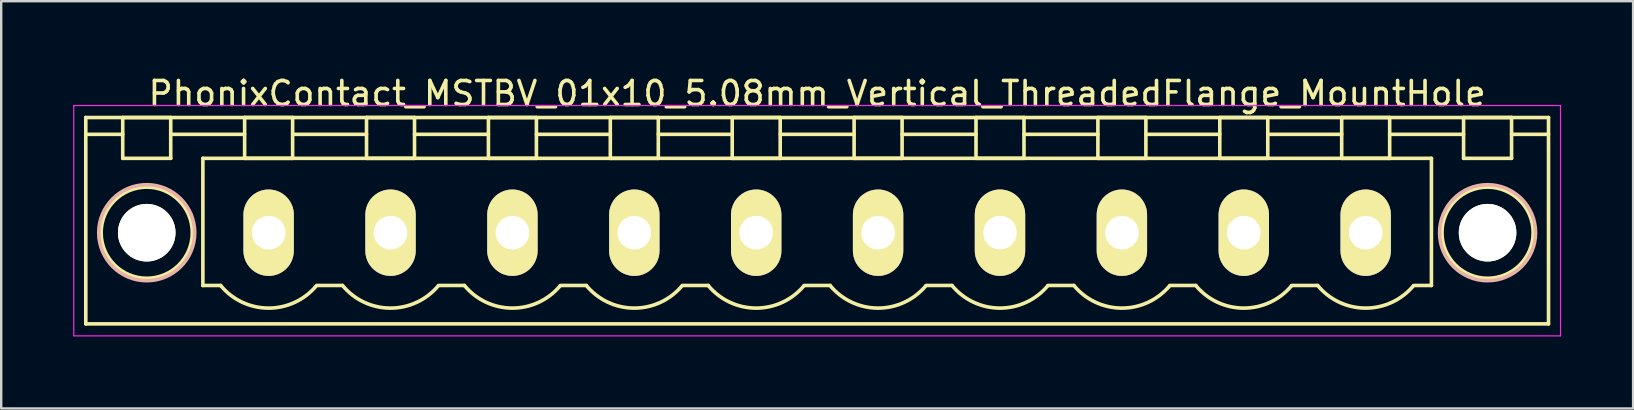
<source format=kicad_pcb>
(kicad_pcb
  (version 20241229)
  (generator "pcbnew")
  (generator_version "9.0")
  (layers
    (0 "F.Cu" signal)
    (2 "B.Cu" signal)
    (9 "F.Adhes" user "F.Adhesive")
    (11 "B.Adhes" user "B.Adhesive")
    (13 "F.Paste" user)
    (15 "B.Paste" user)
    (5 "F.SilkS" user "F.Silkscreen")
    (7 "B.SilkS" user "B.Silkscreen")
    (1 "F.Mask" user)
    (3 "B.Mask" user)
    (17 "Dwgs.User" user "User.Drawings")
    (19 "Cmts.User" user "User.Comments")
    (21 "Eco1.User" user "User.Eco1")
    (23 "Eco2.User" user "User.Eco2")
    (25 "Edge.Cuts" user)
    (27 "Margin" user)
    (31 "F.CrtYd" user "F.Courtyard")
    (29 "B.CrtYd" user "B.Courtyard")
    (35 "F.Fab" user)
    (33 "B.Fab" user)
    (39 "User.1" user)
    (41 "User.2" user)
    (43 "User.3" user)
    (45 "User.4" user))
  (footprint "PhonixContact_MSTBV_01x10_5.08mm_Vertical_ThreadedFlange_MountHole"
    (layer "F.Cu")
    (at 8.145 6.648)
    (property "Reference" "PhonixContact_MSTBV_01x10_5.08mm_Vertical_ThreadedFlange_MountHole" (at 22.86 -5.8 0) (layer "F.SilkS") (effects (font (size 1 1) (thickness 0.15))))
    (attr through_hole)
    (fp_line (start -7.62 -4.8) (end -7.62 3.8) (stroke (width 0.15) (type solid)) (layer "F.SilkS"))
    (fp_line (start -7.62 -4.1) (end -6.08 -4.1) (stroke (width 0.15) (type solid)) (layer "F.SilkS"))
    (fp_line (start -7.62 3.8) (end 53.34 3.8) (stroke (width 0.15) (type solid)) (layer "F.SilkS"))
    (fp_line (start -6.08 -4.8) (end -4.08 -4.8) (stroke (width 0.15) (type solid)) (layer "F.SilkS"))
    (fp_line (start -6.08 -3.1) (end -6.08 -4.8) (stroke (width 0.15) (type solid)) (layer "F.SilkS"))
    (fp_line (start -4.08 -4.8) (end -4.08 -3.1) (stroke (width 0.15) (type solid)) (layer "F.SilkS"))
    (fp_line (start -4.08 -4.1) (end -1 -4.1) (stroke (width 0.15) (type solid)) (layer "F.SilkS"))
    (fp_line (start -4.08 -3.1) (end -6.08 -3.1) (stroke (width 0.15) (type solid)) (layer "F.SilkS"))
    (fp_line (start -2.74 -3.1) (end 48.46 -3.1) (stroke (width 0.15) (type solid)) (layer "F.SilkS"))
    (fp_line (start -2.74 2.2) (end -2.74 -3.1) (stroke (width 0.15) (type solid)) (layer "F.SilkS"))
    (fp_line (start -2 2.2) (end -2.74 2.2) (stroke (width 0.15) (type solid)) (layer "F.SilkS"))
    (fp_line (start -1 -4.8) (end 1 -4.8) (stroke (width 0.15) (type solid)) (layer "F.SilkS"))
    (fp_line (start -1 -3.1) (end -1 -4.8) (stroke (width 0.15) (type solid)) (layer "F.SilkS"))
    (fp_line (start 1 -4.8) (end 1 -3.1) (stroke (width 0.15) (type solid)) (layer "F.SilkS"))
    (fp_line (start 1 -4.1) (end 4.08 -4.1) (stroke (width 0.15) (type solid)) (layer "F.SilkS"))
    (fp_line (start 1 -3.1) (end -1 -3.1) (stroke (width 0.15) (type solid)) (layer "F.SilkS"))
    (fp_line (start 2 2.2) (end 3.08 2.2) (stroke (width 0.15) (type solid)) (layer "F.SilkS"))
    (fp_line (start 4.08 -4.8) (end 6.08 -4.8) (stroke (width 0.15) (type solid)) (layer "F.SilkS"))
    (fp_line (start 4.08 -3.1) (end 4.08 -4.8) (stroke (width 0.15) (type solid)) (layer "F.SilkS"))
    (fp_line (start 6.08 -4.8) (end 6.08 -3.1) (stroke (width 0.15) (type solid)) (layer "F.SilkS"))
    (fp_line (start 6.08 -4.1) (end 9.16 -4.1) (stroke (width 0.15) (type solid)) (layer "F.SilkS"))
    (fp_line (start 6.08 -3.1) (end 4.08 -3.1) (stroke (width 0.15) (type solid)) (layer "F.SilkS"))
    (fp_line (start 7.08 2.2) (end 8.16 2.2) (stroke (width 0.15) (type solid)) (layer "F.SilkS"))
    (fp_line (start 9.16 -4.8) (end 11.16 -4.8) (stroke (width 0.15) (type solid)) (layer "F.SilkS"))
    (fp_line (start 9.16 -3.1) (end 9.16 -4.8) (stroke (width 0.15) (type solid)) (layer "F.SilkS"))
    (fp_line (start 11.16 -4.8) (end 11.16 -3.1) (stroke (width 0.15) (type solid)) (layer "F.SilkS"))
    (fp_line (start 11.16 -4.1) (end 14.24 -4.1) (stroke (width 0.15) (type solid)) (layer "F.SilkS"))
    (fp_line (start 11.16 -3.1) (end 9.16 -3.1) (stroke (width 0.15) (type solid)) (layer "F.SilkS"))
    (fp_line (start 12.16 2.2) (end 13.24 2.2) (stroke (width 0.15) (type solid)) (layer "F.SilkS"))
    (fp_line (start 14.24 -4.8) (end 16.24 -4.8) (stroke (width 0.15) (type solid)) (layer "F.SilkS"))
    (fp_line (start 14.24 -3.1) (end 14.24 -4.8) (stroke (width 0.15) (type solid)) (layer "F.SilkS"))
    (fp_line (start 16.24 -4.8) (end 16.24 -3.1) (stroke (width 0.15) (type solid)) (layer "F.SilkS"))
    (fp_line (start 16.24 -4.1) (end 19.32 -4.1) (stroke (width 0.15) (type solid)) (layer "F.SilkS"))
    (fp_line (start 16.24 -3.1) (end 14.24 -3.1) (stroke (width 0.15) (type solid)) (layer "F.SilkS"))
    (fp_line (start 17.24 2.2) (end 18.32 2.2) (stroke (width 0.15) (type solid)) (layer "F.SilkS"))
    (fp_line (start 19.32 -4.8) (end 21.32 -4.8) (stroke (width 0.15) (type solid)) (layer "F.SilkS"))
    (fp_line (start 19.32 -3.1) (end 19.32 -4.8) (stroke (width 0.15) (type solid)) (layer "F.SilkS"))
    (fp_line (start 21.32 -4.8) (end 21.32 -3.1) (stroke (width 0.15) (type solid)) (layer "F.SilkS"))
    (fp_line (start 21.32 -4.1) (end 24.4 -4.1) (stroke (width 0.15) (type solid)) (layer "F.SilkS"))
    (fp_line (start 21.32 -3.1) (end 19.32 -3.1) (stroke (width 0.15) (type solid)) (layer "F.SilkS"))
    (fp_line (start 22.32 2.2) (end 23.4 2.2) (stroke (width 0.15) (type solid)) (layer "F.SilkS"))
    (fp_line (start 24.4 -4.8) (end 26.4 -4.8) (stroke (width 0.15) (type solid)) (layer "F.SilkS"))
    (fp_line (start 24.4 -3.1) (end 24.4 -4.8) (stroke (width 0.15) (type solid)) (layer "F.SilkS"))
    (fp_line (start 26.4 -4.8) (end 26.4 -3.1) (stroke (width 0.15) (type solid)) (layer "F.SilkS"))
    (fp_line (start 26.4 -4.1) (end 29.48 -4.1) (stroke (width 0.15) (type solid)) (layer "F.SilkS"))
    (fp_line (start 26.4 -3.1) (end 24.4 -3.1) (stroke (width 0.15) (type solid)) (layer "F.SilkS"))
    (fp_line (start 27.4 2.2) (end 28.48 2.2) (stroke (width 0.15) (type solid)) (layer "F.SilkS"))
    (fp_line (start 29.48 -4.8) (end 31.48 -4.8) (stroke (width 0.15) (type solid)) (layer "F.SilkS"))
    (fp_line (start 29.48 -3.1) (end 29.48 -4.8) (stroke (width 0.15) (type solid)) (layer "F.SilkS"))
    (fp_line (start 31.48 -4.8) (end 31.48 -3.1) (stroke (width 0.15) (type solid)) (layer "F.SilkS"))
    (fp_line (start 31.48 -4.1) (end 34.56 -4.1) (stroke (width 0.15) (type solid)) (layer "F.SilkS"))
    (fp_line (start 31.48 -3.1) (end 29.48 -3.1) (stroke (width 0.15) (type solid)) (layer "F.SilkS"))
    (fp_line (start 32.48 2.2) (end 33.56 2.2) (stroke (width 0.15) (type solid)) (layer "F.SilkS"))
    (fp_line (start 34.56 -4.8) (end 36.56 -4.8) (stroke (width 0.15) (type solid)) (layer "F.SilkS"))
    (fp_line (start 34.56 -3.1) (end 34.56 -4.8) (stroke (width 0.15) (type solid)) (layer "F.SilkS"))
    (fp_line (start 36.56 -4.8) (end 36.56 -3.1) (stroke (width 0.15) (type solid)) (layer "F.SilkS"))
    (fp_line (start 36.56 -4.1) (end 39.64 -4.1) (stroke (width 0.15) (type solid)) (layer "F.SilkS"))
    (fp_line (start 36.56 -3.1) (end 34.56 -3.1) (stroke (width 0.15) (type solid)) (layer "F.SilkS"))
    (fp_line (start 37.56 2.2) (end 38.64 2.2) (stroke (width 0.15) (type solid)) (layer "F.SilkS"))
    (fp_line (start 39.64 -4.8) (end 41.64 -4.8) (stroke (width 0.15) (type solid)) (layer "F.SilkS"))
    (fp_line (start 39.64 -3.1) (end 39.64 -4.8) (stroke (width 0.15) (type solid)) (layer "F.SilkS"))
    (fp_line (start 41.64 -4.8) (end 41.64 -3.1) (stroke (width 0.15) (type solid)) (layer "F.SilkS"))
    (fp_line (start 41.64 -4.1) (end 44.72 -4.1) (stroke (width 0.15) (type solid)) (layer "F.SilkS"))
    (fp_line (start 41.64 -3.1) (end 39.64 -3.1) (stroke (width 0.15) (type solid)) (layer "F.SilkS"))
    (fp_line (start 42.64 2.2) (end 43.72 2.2) (stroke (width 0.15) (type solid)) (layer "F.SilkS"))
    (fp_line (start 44.72 -4.8) (end 46.72 -4.8) (stroke (width 0.15) (type solid)) (layer "F.SilkS"))
    (fp_line (start 44.72 -3.1) (end 44.72 -4.8) (stroke (width 0.15) (type solid)) (layer "F.SilkS"))
    (fp_line (start 46.72 -4.8) (end 46.72 -3.1) (stroke (width 0.15) (type solid)) (layer "F.SilkS"))
    (fp_line (start 46.72 -4.1) (end 49.8 -4.1) (stroke (width 0.15) (type solid)) (layer "F.SilkS"))
    (fp_line (start 46.72 -3.1) (end 44.72 -3.1) (stroke (width 0.15) (type solid)) (layer "F.SilkS"))
    (fp_line (start 48.46 -3.1) (end 48.46 2.2) (stroke (width 0.15) (type solid)) (layer "F.SilkS"))
    (fp_line (start 48.46 2.2) (end 47.72 2.2) (stroke (width 0.15) (type solid)) (layer "F.SilkS"))
    (fp_line (start 49.8 -4.8) (end 51.8 -4.8) (stroke (width 0.15) (type solid)) (layer "F.SilkS"))
    (fp_line (start 49.8 -3.1) (end 49.8 -4.8) (stroke (width 0.15) (type solid)) (layer "F.SilkS"))
    (fp_line (start 51.8 -4.8) (end 51.8 -3.1) (stroke (width 0.15) (type solid)) (layer "F.SilkS"))
    (fp_line (start 51.8 -3.1) (end 49.8 -3.1) (stroke (width 0.15) (type solid)) (layer "F.SilkS"))
    (fp_line (start 53.34 -4.8) (end -7.62 -4.8) (stroke (width 0.15) (type solid)) (layer "F.SilkS"))
    (fp_line (start 53.34 -4.1) (end 51.8 -4.1) (stroke (width 0.15) (type solid)) (layer "F.SilkS"))
    (fp_line (start 53.34 3.8) (end 53.34 -4.8) (stroke (width 0.15) (type solid)) (layer "F.SilkS"))
    (fp_arc (start 1.986842 2.215821) (mid -0.010289 3.142758) (end -2 2.2) (stroke (width 0.15) (type solid)) (layer "F.SilkS"))
    (fp_arc (start 7.066842 2.215821) (mid 5.069711 3.142758) (end 3.08 2.2) (stroke (width 0.15) (type solid)) (layer "F.SilkS"))
    (fp_arc (start 12.146842 2.215821) (mid 10.149711 3.142758) (end 8.16 2.2) (stroke (width 0.15) (type solid)) (layer "F.SilkS"))
    (fp_arc (start 17.226842 2.215821) (mid 15.229711 3.142758) (end 13.24 2.2) (stroke (width 0.15) (type solid)) (layer "F.SilkS"))
    (fp_arc (start 22.306842 2.215821) (mid 20.309711 3.142758) (end 18.32 2.2) (stroke (width 0.15) (type solid)) (layer "F.SilkS"))
    (fp_arc (start 27.386842 2.215821) (mid 25.389711 3.142758) (end 23.4 2.2) (stroke (width 0.15) (type solid)) (layer "F.SilkS"))
    (fp_arc (start 32.466842 2.215821) (mid 30.469711 3.142758) (end 28.48 2.2) (stroke (width 0.15) (type solid)) (layer "F.SilkS"))
    (fp_arc (start 37.546842 2.215821) (mid 35.549711 3.142758) (end 33.56 2.2) (stroke (width 0.15) (type solid)) (layer "F.SilkS"))
    (fp_arc (start 42.626842 2.215821) (mid 40.629711 3.142758) (end 38.64 2.2) (stroke (width 0.15) (type solid)) (layer "F.SilkS"))
    (fp_arc (start 47.706842 2.215821) (mid 45.709711 3.142758) (end 43.72 2.2) (stroke (width 0.15) (type solid)) (layer "F.SilkS"))
    (fp_circle (center -5.08 0) (end -4.08 0) (stroke (width 0.15) (type solid)) (fill no) (layer "F.SilkS"))
    (fp_circle (center -5.08 0) (end -3.18 0) (stroke (width 0.15) (type solid)) (fill no) (layer "F.SilkS"))
    (fp_circle (center 50.8 0) (end 51.8 0) (stroke (width 0.15) (type solid)) (fill no) (layer "F.SilkS"))
    (fp_circle (center 50.8 0) (end 52.7 0) (stroke (width 0.15) (type solid)) (fill no) (layer "F.SilkS"))
    (fp_circle (center -5.08 0) (end -3.08 0) (stroke (width 0.15) (type solid)) (fill no) (layer "B.SilkS"))
    (fp_circle (center 50.8 0) (end 52.8 0) (stroke (width 0.15) (type solid)) (fill no) (layer "B.SilkS"))
    (fp_line (start -8.12 -5.3) (end -8.12 4.3) (stroke (width 0.05) (type solid)) (layer "F.CrtYd"))
    (fp_line (start -8.12 4.3) (end 53.84 4.3) (stroke (width 0.05) (type solid)) (layer "F.CrtYd"))
    (fp_line (start 53.84 -5.3) (end -8.12 -5.3) (stroke (width 0.05) (type solid)) (layer "F.CrtYd"))
    (fp_line (start 53.84 4.3) (end 53.84 -5.3) (stroke (width 0.05) (type solid)) (layer "F.CrtYd"))
    (pad "" np_thru_hole circle (at -5.08 0) (size 2.4 2.4) (drill 2.4) (layers "*.Cu" "*.Mask" "F.SilkS"))
    (pad "" np_thru_hole circle (at 50.8 0) (size 2.4 2.4) (drill 2.4) (layers "*.Cu" "*.Mask" "F.SilkS"))
    (pad "1" thru_hole oval (at 0 0) (size 2.1 3.6) (drill 1.4) (layers "*.Cu" "*.Mask" "F.SilkS"))
    (pad "2" thru_hole oval (at 5.08 0) (size 2.1 3.6) (drill 1.4) (layers "*.Cu" "*.Mask" "F.SilkS"))
    (pad "3" thru_hole oval (at 10.16 0) (size 2.1 3.6) (drill 1.4) (layers "*.Cu" "*.Mask" "F.SilkS"))
    (pad "4" thru_hole oval (at 15.24 0) (size 2.1 3.6) (drill 1.4) (layers "*.Cu" "*.Mask" "F.SilkS"))
    (pad "5" thru_hole oval (at 20.32 0) (size 2.1 3.6) (drill 1.4) (layers "*.Cu" "*.Mask" "F.SilkS"))
    (pad "6" thru_hole oval (at 25.4 0) (size 2.1 3.6) (drill 1.4) (layers "*.Cu" "*.Mask" "F.SilkS"))
    (pad "7" thru_hole oval (at 30.48 0) (size 2.1 3.6) (drill 1.4) (layers "*.Cu" "*.Mask" "F.SilkS"))
    (pad "8" thru_hole oval (at 35.56 0) (size 2.1 3.6) (drill 1.4) (layers "*.Cu" "*.Mask" "F.SilkS"))
    (pad "9" thru_hole oval (at 40.64 0) (size 2.1 3.6) (drill 1.4) (layers "*.Cu" "*.Mask" "F.SilkS"))
    (pad "10" thru_hole oval (at 45.72 0) (size 2.1 3.6) (drill 1.4) (layers "*.Cu" "*.Mask" "F.SilkS")))
  (gr_rect
    (start -3 -3)
    (end 65.01 13.973)
    (stroke (width 0.1) (type default))
    (fill no)
    (layer "Edge.Cuts")))
</source>
